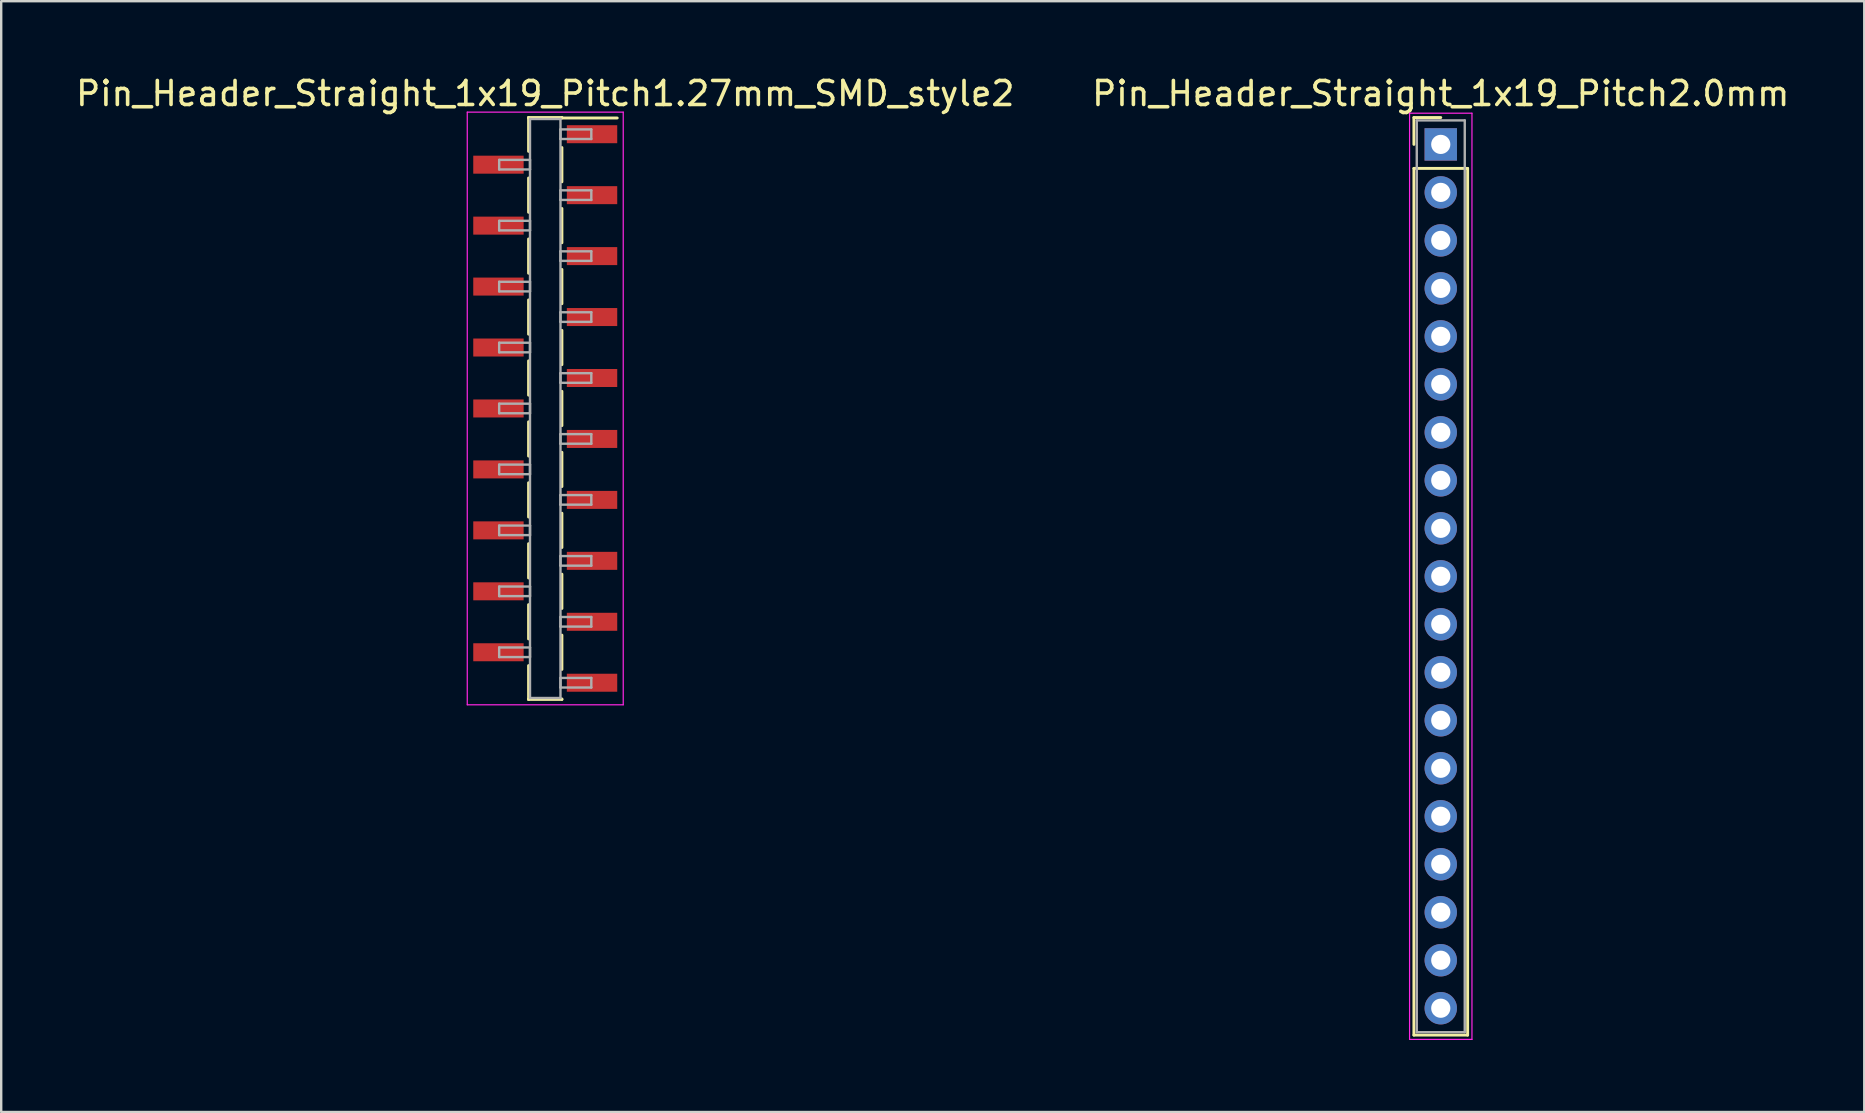
<source format=kicad_pcb>
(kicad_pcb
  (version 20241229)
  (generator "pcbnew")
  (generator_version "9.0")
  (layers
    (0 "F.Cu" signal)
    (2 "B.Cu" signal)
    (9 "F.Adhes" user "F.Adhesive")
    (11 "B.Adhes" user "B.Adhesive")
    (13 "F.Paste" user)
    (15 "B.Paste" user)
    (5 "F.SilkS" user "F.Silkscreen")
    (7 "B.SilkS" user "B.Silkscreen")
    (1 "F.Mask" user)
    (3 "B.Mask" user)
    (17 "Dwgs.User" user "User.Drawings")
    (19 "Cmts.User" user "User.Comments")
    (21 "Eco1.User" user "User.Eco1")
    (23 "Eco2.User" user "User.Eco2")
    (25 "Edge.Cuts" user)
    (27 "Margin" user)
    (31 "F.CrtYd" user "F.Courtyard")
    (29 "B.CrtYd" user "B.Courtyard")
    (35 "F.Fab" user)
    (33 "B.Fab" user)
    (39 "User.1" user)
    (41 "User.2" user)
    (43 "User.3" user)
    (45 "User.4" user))
  (footprint "Pin_Header_Straight_1x19_Pitch2.0mm"
    (layer "F.Cu")
    (at 56.994 2.968)
    (property "Reference" "Pin_Header_Straight_1x19_Pitch2.0mm" (at 0 -2.12 0) (layer "F.SilkS") (effects (font (size 1 1) (thickness 0.15))))
    (attr through_hole)
    (fp_line (start -1.12 -1.12) (end 0 -1.12) (stroke (width 0.12) (type solid)) (layer "F.SilkS"))
    (fp_line (start -1.12 0) (end -1.12 -1.12) (stroke (width 0.12) (type solid)) (layer "F.SilkS"))
    (fp_line (start -1.12 1) (end -1.12 37.12) (stroke (width 0.12) (type solid)) (layer "F.SilkS"))
    (fp_line (start -1.12 37.12) (end 1.12 37.12) (stroke (width 0.12) (type solid)) (layer "F.SilkS"))
    (fp_line (start 1.12 1) (end -1.12 1) (stroke (width 0.12) (type solid)) (layer "F.SilkS"))
    (fp_line (start 1.12 37.12) (end 1.12 1) (stroke (width 0.12) (type solid)) (layer "F.SilkS"))
    (fp_line (start -1.3 -1.3) (end -1.3 37.3) (stroke (width 0.05) (type solid)) (layer "F.CrtYd"))
    (fp_line (start -1.3 37.3) (end 1.3 37.3) (stroke (width 0.05) (type solid)) (layer "F.CrtYd"))
    (fp_line (start 1.3 -1.3) (end -1.3 -1.3) (stroke (width 0.05) (type solid)) (layer "F.CrtYd"))
    (fp_line (start 1.3 37.3) (end 1.3 -1.3) (stroke (width 0.05) (type solid)) (layer "F.CrtYd"))
    (fp_line (start -1 -1) (end -1 37) (stroke (width 0.1) (type solid)) (layer "F.Fab"))
    (fp_line (start -1 37) (end 1 37) (stroke (width 0.1) (type solid)) (layer "F.Fab"))
    (fp_line (start 1 -1) (end -1 -1) (stroke (width 0.1) (type solid)) (layer "F.Fab"))
    (fp_line (start 1 37) (end 1 -1) (stroke (width 0.1) (type solid)) (layer "F.Fab"))
    (pad "1" thru_hole rect (at 0 0) (size 1.35 1.35) (drill 0.8) (layers "*.Cu" "*.Mask"))
    (pad "2" thru_hole oval (at 0 2) (size 1.35 1.35) (drill 0.8) (layers "*.Cu" "*.Mask"))
    (pad "3" thru_hole oval (at 0 4) (size 1.35 1.35) (drill 0.8) (layers "*.Cu" "*.Mask"))
    (pad "4" thru_hole oval (at 0 6) (size 1.35 1.35) (drill 0.8) (layers "*.Cu" "*.Mask"))
    (pad "5" thru_hole oval (at 0 8) (size 1.35 1.35) (drill 0.8) (layers "*.Cu" "*.Mask"))
    (pad "6" thru_hole oval (at 0 10) (size 1.35 1.35) (drill 0.8) (layers "*.Cu" "*.Mask"))
    (pad "7" thru_hole oval (at 0 12) (size 1.35 1.35) (drill 0.8) (layers "*.Cu" "*.Mask"))
    (pad "8" thru_hole oval (at 0 14) (size 1.35 1.35) (drill 0.8) (layers "*.Cu" "*.Mask"))
    (pad "9" thru_hole oval (at 0 16) (size 1.35 1.35) (drill 0.8) (layers "*.Cu" "*.Mask"))
    (pad "10" thru_hole oval (at 0 18) (size 1.35 1.35) (drill 0.8) (layers "*.Cu" "*.Mask"))
    (pad "11" thru_hole oval (at 0 20) (size 1.35 1.35) (drill 0.8) (layers "*.Cu" "*.Mask"))
    (pad "12" thru_hole oval (at 0 22) (size 1.35 1.35) (drill 0.8) (layers "*.Cu" "*.Mask"))
    (pad "13" thru_hole oval (at 0 24) (size 1.35 1.35) (drill 0.8) (layers "*.Cu" "*.Mask"))
    (pad "14" thru_hole oval (at 0 26) (size 1.35 1.35) (drill 0.8) (layers "*.Cu" "*.Mask"))
    (pad "15" thru_hole oval (at 0 28) (size 1.35 1.35) (drill 0.8) (layers "*.Cu" "*.Mask"))
    (pad "16" thru_hole oval (at 0 30) (size 1.35 1.35) (drill 0.8) (layers "*.Cu" "*.Mask"))
    (pad "17" thru_hole oval (at 0 32) (size 1.35 1.35) (drill 0.8) (layers "*.Cu" "*.Mask"))
    (pad "18" thru_hole oval (at 0 34) (size 1.35 1.35) (drill 0.8) (layers "*.Cu" "*.Mask"))
    (pad "19" thru_hole oval (at 0 36) (size 1.35 1.35) (drill 0.8) (layers "*.Cu" "*.Mask")))
  (footprint "Pin_Header_Straight_1x19_Pitch1.27mm_SMD_style2"
    (layer "F.Cu")
    (at 19.673 13.973)
    (property "Reference" "Pin_Header_Straight_1x19_Pitch1.27mm_SMD_style2" (at 0 -13.125 0) (layer "F.SilkS") (effects (font (size 1 1) (thickness 0.15))))
    (attr smd)
    (fp_line (start -0.695 -12.125) (end -0.695 -10.715) (stroke (width 0.12) (type solid)) (layer "F.SilkS"))
    (fp_line (start -0.695 -12.125) (end 0.695 -12.125) (stroke (width 0.12) (type solid)) (layer "F.SilkS"))
    (fp_line (start -0.695 -12.105) (end -0.695 -12.125) (stroke (width 0.12) (type solid)) (layer "F.SilkS"))
    (fp_line (start -0.695 -9.605) (end -0.695 -8.175) (stroke (width 0.12) (type solid)) (layer "F.SilkS"))
    (fp_line (start -0.695 -7.065) (end -0.695 -5.635) (stroke (width 0.12) (type solid)) (layer "F.SilkS"))
    (fp_line (start -0.695 -4.525) (end -0.695 -3.095) (stroke (width 0.12) (type solid)) (layer "F.SilkS"))
    (fp_line (start -0.695 -1.985) (end -0.695 -0.555) (stroke (width 0.12) (type solid)) (layer "F.SilkS"))
    (fp_line (start -0.695 0.555) (end -0.695 1.985) (stroke (width 0.12) (type solid)) (layer "F.SilkS"))
    (fp_line (start -0.695 3.095) (end -0.695 4.525) (stroke (width 0.12) (type solid)) (layer "F.SilkS"))
    (fp_line (start -0.695 5.635) (end -0.695 7.065) (stroke (width 0.12) (type solid)) (layer "F.SilkS"))
    (fp_line (start -0.695 8.175) (end -0.695 9.605) (stroke (width 0.12) (type solid)) (layer "F.SilkS"))
    (fp_line (start -0.695 10.715) (end -0.695 12.125) (stroke (width 0.12) (type solid)) (layer "F.SilkS"))
    (fp_line (start -0.695 12.105) (end -0.695 12.125) (stroke (width 0.12) (type solid)) (layer "F.SilkS"))
    (fp_line (start -0.695 12.125) (end 0.695 12.125) (stroke (width 0.12) (type solid)) (layer "F.SilkS"))
    (fp_line (start 0.695 -12.125) (end 0.695 -12.105) (stroke (width 0.12) (type solid)) (layer "F.SilkS"))
    (fp_line (start 0.695 -12.105) (end 3 -12.105) (stroke (width 0.12) (type solid)) (layer "F.SilkS"))
    (fp_line (start 0.695 -10.875) (end 0.695 -9.445) (stroke (width 0.12) (type solid)) (layer "F.SilkS"))
    (fp_line (start 0.695 -8.335) (end 0.695 -6.905) (stroke (width 0.12) (type solid)) (layer "F.SilkS"))
    (fp_line (start 0.695 -5.795) (end 0.695 -4.365) (stroke (width 0.12) (type solid)) (layer "F.SilkS"))
    (fp_line (start 0.695 -3.255) (end 0.695 -1.825) (stroke (width 0.12) (type solid)) (layer "F.SilkS"))
    (fp_line (start 0.695 -0.715) (end 0.695 0.715) (stroke (width 0.12) (type solid)) (layer "F.SilkS"))
    (fp_line (start 0.695 1.825) (end 0.695 3.255) (stroke (width 0.12) (type solid)) (layer "F.SilkS"))
    (fp_line (start 0.695 4.365) (end 0.695 5.795) (stroke (width 0.12) (type solid)) (layer "F.SilkS"))
    (fp_line (start 0.695 6.905) (end 0.695 8.335) (stroke (width 0.12) (type solid)) (layer "F.SilkS"))
    (fp_line (start 0.695 9.445) (end 0.695 10.875) (stroke (width 0.12) (type solid)) (layer "F.SilkS"))
    (fp_line (start 0.695 12.125) (end 0.695 12.105) (stroke (width 0.12) (type solid)) (layer "F.SilkS"))
    (fp_line (start -3.25 -12.35) (end -3.25 12.35) (stroke (width 0.05) (type solid)) (layer "F.CrtYd"))
    (fp_line (start -3.25 12.35) (end 3.25 12.35) (stroke (width 0.05) (type solid)) (layer "F.CrtYd"))
    (fp_line (start 3.25 -12.35) (end -3.25 -12.35) (stroke (width 0.05) (type solid)) (layer "F.CrtYd"))
    (fp_line (start 3.25 12.35) (end 3.25 -12.35) (stroke (width 0.05) (type solid)) (layer "F.CrtYd"))
    (fp_line (start -1.92 -10.36) (end -0.635 -10.36) (stroke (width 0.1) (type solid)) (layer "F.Fab"))
    (fp_line (start -1.92 -9.96) (end -1.92 -10.36) (stroke (width 0.1) (type solid)) (layer "F.Fab"))
    (fp_line (start -1.92 -7.82) (end -0.635 -7.82) (stroke (width 0.1) (type solid)) (layer "F.Fab"))
    (fp_line (start -1.92 -7.42) (end -1.92 -7.82) (stroke (width 0.1) (type solid)) (layer "F.Fab"))
    (fp_line (start -1.92 -5.28) (end -0.635 -5.28) (stroke (width 0.1) (type solid)) (layer "F.Fab"))
    (fp_line (start -1.92 -4.88) (end -1.92 -5.28) (stroke (width 0.1) (type solid)) (layer "F.Fab"))
    (fp_line (start -1.92 -2.74) (end -0.635 -2.74) (stroke (width 0.1) (type solid)) (layer "F.Fab"))
    (fp_line (start -1.92 -2.34) (end -1.92 -2.74) (stroke (width 0.1) (type solid)) (layer "F.Fab"))
    (fp_line (start -1.92 -0.2) (end -0.635 -0.2) (stroke (width 0.1) (type solid)) (layer "F.Fab"))
    (fp_line (start -1.92 0.2) (end -1.92 -0.2) (stroke (width 0.1) (type solid)) (layer "F.Fab"))
    (fp_line (start -1.92 2.34) (end -0.635 2.34) (stroke (width 0.1) (type solid)) (layer "F.Fab"))
    (fp_line (start -1.92 2.74) (end -1.92 2.34) (stroke (width 0.1) (type solid)) (layer "F.Fab"))
    (fp_line (start -1.92 4.88) (end -0.635 4.88) (stroke (width 0.1) (type solid)) (layer "F.Fab"))
    (fp_line (start -1.92 5.28) (end -1.92 4.88) (stroke (width 0.1) (type solid)) (layer "F.Fab"))
    (fp_line (start -1.92 7.42) (end -0.635 7.42) (stroke (width 0.1) (type solid)) (layer "F.Fab"))
    (fp_line (start -1.92 7.82) (end -1.92 7.42) (stroke (width 0.1) (type solid)) (layer "F.Fab"))
    (fp_line (start -1.92 9.96) (end -0.635 9.96) (stroke (width 0.1) (type solid)) (layer "F.Fab"))
    (fp_line (start -1.92 10.36) (end -1.92 9.96) (stroke (width 0.1) (type solid)) (layer "F.Fab"))
    (fp_line (start -0.635 -12.065) (end -0.635 12.065) (stroke (width 0.1) (type solid)) (layer "F.Fab"))
    (fp_line (start -0.635 -10.36) (end -0.635 -9.96) (stroke (width 0.1) (type solid)) (layer "F.Fab"))
    (fp_line (start -0.635 -9.96) (end -1.92 -9.96) (stroke (width 0.1) (type solid)) (layer "F.Fab"))
    (fp_line (start -0.635 -7.82) (end -0.635 -7.42) (stroke (width 0.1) (type solid)) (layer "F.Fab"))
    (fp_line (start -0.635 -7.42) (end -1.92 -7.42) (stroke (width 0.1) (type solid)) (layer "F.Fab"))
    (fp_line (start -0.635 -5.28) (end -0.635 -4.88) (stroke (width 0.1) (type solid)) (layer "F.Fab"))
    (fp_line (start -0.635 -4.88) (end -1.92 -4.88) (stroke (width 0.1) (type solid)) (layer "F.Fab"))
    (fp_line (start -0.635 -2.74) (end -0.635 -2.34) (stroke (width 0.1) (type solid)) (layer "F.Fab"))
    (fp_line (start -0.635 -2.34) (end -1.92 -2.34) (stroke (width 0.1) (type solid)) (layer "F.Fab"))
    (fp_line (start -0.635 -0.2) (end -0.635 0.2) (stroke (width 0.1) (type solid)) (layer "F.Fab"))
    (fp_line (start -0.635 0.2) (end -1.92 0.2) (stroke (width 0.1) (type solid)) (layer "F.Fab"))
    (fp_line (start -0.635 2.34) (end -0.635 2.74) (stroke (width 0.1) (type solid)) (layer "F.Fab"))
    (fp_line (start -0.635 2.74) (end -1.92 2.74) (stroke (width 0.1) (type solid)) (layer "F.Fab"))
    (fp_line (start -0.635 4.88) (end -0.635 5.28) (stroke (width 0.1) (type solid)) (layer "F.Fab"))
    (fp_line (start -0.635 5.28) (end -1.92 5.28) (stroke (width 0.1) (type solid)) (layer "F.Fab"))
    (fp_line (start -0.635 7.42) (end -0.635 7.82) (stroke (width 0.1) (type solid)) (layer "F.Fab"))
    (fp_line (start -0.635 7.82) (end -1.92 7.82) (stroke (width 0.1) (type solid)) (layer "F.Fab"))
    (fp_line (start -0.635 9.96) (end -0.635 10.36) (stroke (width 0.1) (type solid)) (layer "F.Fab"))
    (fp_line (start -0.635 10.36) (end -1.92 10.36) (stroke (width 0.1) (type solid)) (layer "F.Fab"))
    (fp_line (start -0.635 12.065) (end 0.635 12.065) (stroke (width 0.1) (type solid)) (layer "F.Fab"))
    (fp_line (start 0.635 -12.065) (end -0.635 -12.065) (stroke (width 0.1) (type solid)) (layer "F.Fab"))
    (fp_line (start 0.635 -11.63) (end 0.635 -11.23) (stroke (width 0.1) (type solid)) (layer "F.Fab"))
    (fp_line (start 0.635 -11.23) (end 1.92 -11.23) (stroke (width 0.1) (type solid)) (layer "F.Fab"))
    (fp_line (start 0.635 -9.09) (end 0.635 -8.69) (stroke (width 0.1) (type solid)) (layer "F.Fab"))
    (fp_line (start 0.635 -8.69) (end 1.92 -8.69) (stroke (width 0.1) (type solid)) (layer "F.Fab"))
    (fp_line (start 0.635 -6.55) (end 0.635 -6.15) (stroke (width 0.1) (type solid)) (layer "F.Fab"))
    (fp_line (start 0.635 -6.15) (end 1.92 -6.15) (stroke (width 0.1) (type solid)) (layer "F.Fab"))
    (fp_line (start 0.635 -4.01) (end 0.635 -3.61) (stroke (width 0.1) (type solid)) (layer "F.Fab"))
    (fp_line (start 0.635 -3.61) (end 1.92 -3.61) (stroke (width 0.1) (type solid)) (layer "F.Fab"))
    (fp_line (start 0.635 -1.47) (end 0.635 -1.07) (stroke (width 0.1) (type solid)) (layer "F.Fab"))
    (fp_line (start 0.635 -1.07) (end 1.92 -1.07) (stroke (width 0.1) (type solid)) (layer "F.Fab"))
    (fp_line (start 0.635 1.07) (end 0.635 1.47) (stroke (width 0.1) (type solid)) (layer "F.Fab"))
    (fp_line (start 0.635 1.47) (end 1.92 1.47) (stroke (width 0.1) (type solid)) (layer "F.Fab"))
    (fp_line (start 0.635 3.61) (end 0.635 4.01) (stroke (width 0.1) (type solid)) (layer "F.Fab"))
    (fp_line (start 0.635 4.01) (end 1.92 4.01) (stroke (width 0.1) (type solid)) (layer "F.Fab"))
    (fp_line (start 0.635 6.15) (end 0.635 6.55) (stroke (width 0.1) (type solid)) (layer "F.Fab"))
    (fp_line (start 0.635 6.55) (end 1.92 6.55) (stroke (width 0.1) (type solid)) (layer "F.Fab"))
    (fp_line (start 0.635 8.69) (end 0.635 9.09) (stroke (width 0.1) (type solid)) (layer "F.Fab"))
    (fp_line (start 0.635 9.09) (end 1.92 9.09) (stroke (width 0.1) (type solid)) (layer "F.Fab"))
    (fp_line (start 0.635 11.23) (end 0.635 11.63) (stroke (width 0.1) (type solid)) (layer "F.Fab"))
    (fp_line (start 0.635 11.63) (end 1.92 11.63) (stroke (width 0.1) (type solid)) (layer "F.Fab"))
    (fp_line (start 0.635 12.065) (end 0.635 -12.065) (stroke (width 0.1) (type solid)) (layer "F.Fab"))
    (fp_line (start 1.92 -11.63) (end 0.635 -11.63) (stroke (width 0.1) (type solid)) (layer "F.Fab"))
    (fp_line (start 1.92 -11.23) (end 1.92 -11.63) (stroke (width 0.1) (type solid)) (layer "F.Fab"))
    (fp_line (start 1.92 -9.09) (end 0.635 -9.09) (stroke (width 0.1) (type solid)) (layer "F.Fab"))
    (fp_line (start 1.92 -8.69) (end 1.92 -9.09) (stroke (width 0.1) (type solid)) (layer "F.Fab"))
    (fp_line (start 1.92 -6.55) (end 0.635 -6.55) (stroke (width 0.1) (type solid)) (layer "F.Fab"))
    (fp_line (start 1.92 -6.15) (end 1.92 -6.55) (stroke (width 0.1) (type solid)) (layer "F.Fab"))
    (fp_line (start 1.92 -4.01) (end 0.635 -4.01) (stroke (width 0.1) (type solid)) (layer "F.Fab"))
    (fp_line (start 1.92 -3.61) (end 1.92 -4.01) (stroke (width 0.1) (type solid)) (layer "F.Fab"))
    (fp_line (start 1.92 -1.47) (end 0.635 -1.47) (stroke (width 0.1) (type solid)) (layer "F.Fab"))
    (fp_line (start 1.92 -1.07) (end 1.92 -1.47) (stroke (width 0.1) (type solid)) (layer "F.Fab"))
    (fp_line (start 1.92 1.07) (end 0.635 1.07) (stroke (width 0.1) (type solid)) (layer "F.Fab"))
    (fp_line (start 1.92 1.47) (end 1.92 1.07) (stroke (width 0.1) (type solid)) (layer "F.Fab"))
    (fp_line (start 1.92 3.61) (end 0.635 3.61) (stroke (width 0.1) (type solid)) (layer "F.Fab"))
    (fp_line (start 1.92 4.01) (end 1.92 3.61) (stroke (width 0.1) (type solid)) (layer "F.Fab"))
    (fp_line (start 1.92 6.15) (end 0.635 6.15) (stroke (width 0.1) (type solid)) (layer "F.Fab"))
    (fp_line (start 1.92 6.55) (end 1.92 6.15) (stroke (width 0.1) (type solid)) (layer "F.Fab"))
    (fp_line (start 1.92 8.69) (end 0.635 8.69) (stroke (width 0.1) (type solid)) (layer "F.Fab"))
    (fp_line (start 1.92 9.09) (end 1.92 8.69) (stroke (width 0.1) (type solid)) (layer "F.Fab"))
    (fp_line (start 1.92 11.23) (end 0.635 11.23) (stroke (width 0.1) (type solid)) (layer "F.Fab"))
    (fp_line (start 1.92 11.63) (end 1.92 11.23) (stroke (width 0.1) (type solid)) (layer "F.Fab"))
    (pad "1" smd rect (at 1.95 -11.43) (size 2.1 0.75) (layers "F.Cu" "F.Mask"))
    (pad "2" smd rect (at -1.95 -10.16) (size 2.1 0.75) (layers "F.Cu" "F.Mask"))
    (pad "3" smd rect (at 1.95 -8.89) (size 2.1 0.75) (layers "F.Cu" "F.Mask"))
    (pad "4" smd rect (at -1.95 -7.62) (size 2.1 0.75) (layers "F.Cu" "F.Mask"))
    (pad "5" smd rect (at 1.95 -6.35) (size 2.1 0.75) (layers "F.Cu" "F.Mask"))
    (pad "6" smd rect (at -1.95 -5.08) (size 2.1 0.75) (layers "F.Cu" "F.Mask"))
    (pad "7" smd rect (at 1.95 -3.81) (size 2.1 0.75) (layers "F.Cu" "F.Mask"))
    (pad "8" smd rect (at -1.95 -2.54) (size 2.1 0.75) (layers "F.Cu" "F.Mask"))
    (pad "9" smd rect (at 1.95 -1.27) (size 2.1 0.75) (layers "F.Cu" "F.Mask"))
    (pad "10" smd rect (at -1.95 0) (size 2.1 0.75) (layers "F.Cu" "F.Mask"))
    (pad "11" smd rect (at 1.95 1.27) (size 2.1 0.75) (layers "F.Cu" "F.Mask"))
    (pad "12" smd rect (at -1.95 2.54) (size 2.1 0.75) (layers "F.Cu" "F.Mask"))
    (pad "13" smd rect (at 1.95 3.81) (size 2.1 0.75) (layers "F.Cu" "F.Mask"))
    (pad "14" smd rect (at -1.95 5.08) (size 2.1 0.75) (layers "F.Cu" "F.Mask"))
    (pad "15" smd rect (at 1.95 6.35) (size 2.1 0.75) (layers "F.Cu" "F.Mask"))
    (pad "16" smd rect (at -1.95 7.62) (size 2.1 0.75) (layers "F.Cu" "F.Mask"))
    (pad "17" smd rect (at 1.95 8.89) (size 2.1 0.75) (layers "F.Cu" "F.Mask"))
    (pad "18" smd rect (at -1.95 10.16) (size 2.1 0.75) (layers "F.Cu" "F.Mask"))
    (pad "19" smd rect (at 1.95 11.43) (size 2.1 0.75) (layers "F.Cu" "F.Mask")))
  (gr_rect
    (start -3 -3)
    (end 74.643 43.293)
    (stroke (width 0.1) (type default))
    (fill no)
    (layer "Edge.Cuts")))
</source>
